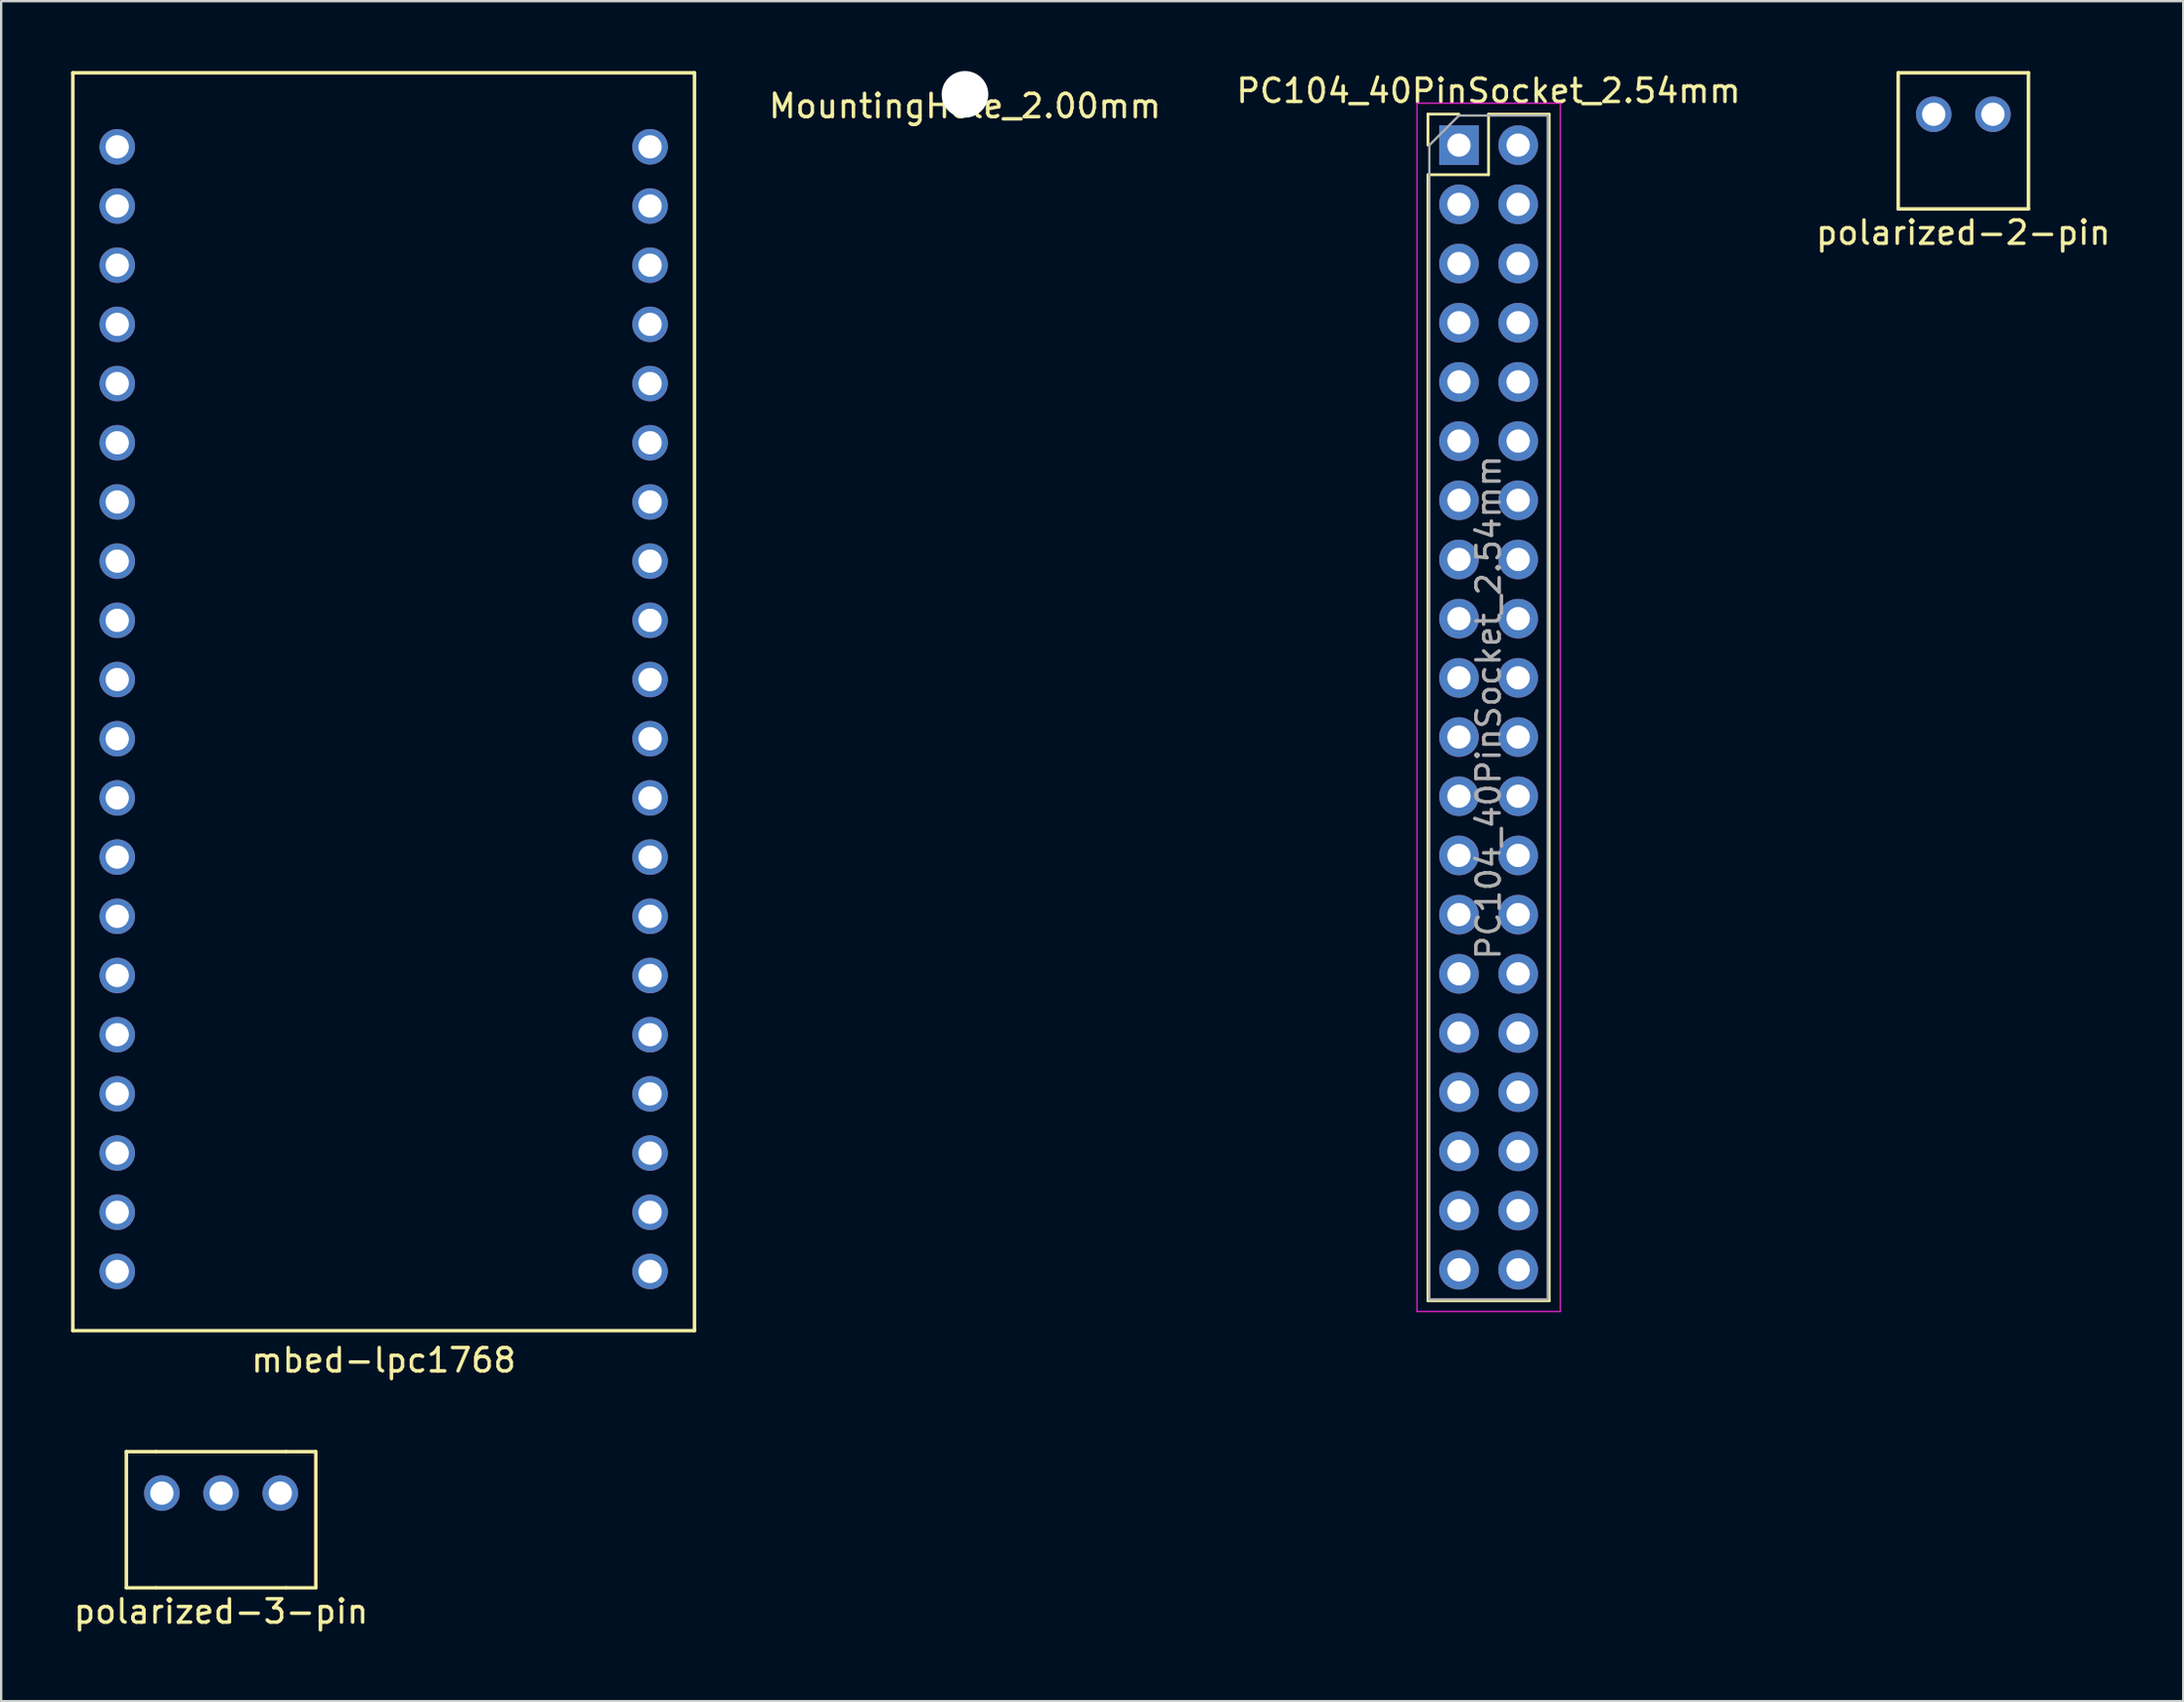
<source format=kicad_pcb>
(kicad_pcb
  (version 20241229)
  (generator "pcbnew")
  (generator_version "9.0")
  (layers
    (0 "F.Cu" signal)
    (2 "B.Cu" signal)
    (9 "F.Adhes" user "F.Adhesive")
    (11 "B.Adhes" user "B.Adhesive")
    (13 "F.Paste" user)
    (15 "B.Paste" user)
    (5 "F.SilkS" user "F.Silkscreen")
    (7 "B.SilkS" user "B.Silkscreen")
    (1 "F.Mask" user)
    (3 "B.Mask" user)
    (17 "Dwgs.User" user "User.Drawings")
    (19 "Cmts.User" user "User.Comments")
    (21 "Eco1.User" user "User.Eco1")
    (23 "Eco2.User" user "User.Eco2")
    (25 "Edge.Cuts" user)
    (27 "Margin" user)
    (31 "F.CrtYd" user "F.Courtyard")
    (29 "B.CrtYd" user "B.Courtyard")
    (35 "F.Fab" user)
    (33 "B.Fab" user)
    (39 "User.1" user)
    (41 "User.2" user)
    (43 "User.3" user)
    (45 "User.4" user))
  (footprint "polarized-2-pin"
    (layer "F.Cu")
    (at 81.183 1.853)
    (property "Reference" "polarized-2-pin" (at 0 5.08 0) (layer "F.SilkS") (effects (font (size 1 1) (thickness 0.15))))
    (attr through_hole)
    (fp_line (start -2.794 -1.778) (end 2.794 -1.778) (stroke (width 0.15) (type solid)) (layer "F.SilkS"))
    (fp_line (start -2.794 4.064) (end -2.794 -1.778) (stroke (width 0.15) (type solid)) (layer "F.SilkS"))
    (fp_line (start 2.794 -1.778) (end 2.794 4.064) (stroke (width 0.15) (type solid)) (layer "F.SilkS"))
    (fp_line (start 2.794 4.064) (end -2.794 4.064) (stroke (width 0.15) (type solid)) (layer "F.SilkS"))
    (pad "1" thru_hole circle (at -1.27 0) (size 1.524 1.524) (drill 1) (layers "*.Cu" "*.Mask"))
    (pad "2" thru_hole circle (at 1.27 0) (size 1.524 1.524) (drill 1) (layers "*.Cu" "*.Mask")))
  (footprint "PC104_40PinSocket_2.54mm"
    (layer "F.Cu")
    (at 59.544 3.178)
    (property "Reference" "PC104_40PinSocket_2.54mm" (at 1.27 -2.33 0) (layer "F.SilkS") (effects (font (size 1 1) (thickness 0.15))))
    (attr through_hole)
    (fp_line (start -1.33 -1.33) (end 0 -1.33) (stroke (width 0.12) (type solid)) (layer "F.SilkS"))
    (fp_line (start -1.33 0) (end -1.33 -1.33) (stroke (width 0.12) (type solid)) (layer "F.SilkS"))
    (fp_line (start -1.33 1.27) (end -1.33 49.59) (stroke (width 0.12) (type solid)) (layer "F.SilkS"))
    (fp_line (start -1.33 1.27) (end 1.27 1.27) (stroke (width 0.12) (type solid)) (layer "F.SilkS"))
    (fp_line (start -1.33 49.59) (end 3.87 49.59) (stroke (width 0.12) (type solid)) (layer "F.SilkS"))
    (fp_line (start 1.27 -1.33) (end 3.87 -1.33) (stroke (width 0.12) (type solid)) (layer "F.SilkS"))
    (fp_line (start 1.27 1.27) (end 1.27 -1.33) (stroke (width 0.12) (type solid)) (layer "F.SilkS"))
    (fp_line (start 3.87 -1.33) (end 3.87 49.59) (stroke (width 0.12) (type solid)) (layer "F.SilkS"))
    (fp_line (start -1.8 -1.8) (end -1.8 50.05) (stroke (width 0.05) (type solid)) (layer "F.CrtYd"))
    (fp_line (start -1.8 50.05) (end 4.35 50.05) (stroke (width 0.05) (type solid)) (layer "F.CrtYd"))
    (fp_line (start 4.35 -1.8) (end -1.8 -1.8) (stroke (width 0.05) (type solid)) (layer "F.CrtYd"))
    (fp_line (start 4.35 50.05) (end 4.35 -1.8) (stroke (width 0.05) (type solid)) (layer "F.CrtYd"))
    (fp_line (start -1.27 0) (end 0 -1.27) (stroke (width 0.1) (type solid)) (layer "F.Fab"))
    (fp_line (start -1.27 49.53) (end -1.27 0) (stroke (width 0.1) (type solid)) (layer "F.Fab"))
    (fp_line (start 0 -1.27) (end 3.81 -1.27) (stroke (width 0.1) (type solid)) (layer "F.Fab"))
    (fp_line (start 3.81 -1.27) (end 3.81 49.53) (stroke (width 0.1) (type solid)) (layer "F.Fab"))
    (fp_line (start 3.81 49.53) (end -1.27 49.53) (stroke (width 0.1) (type solid)) (layer "F.Fab"))
    (fp_text user "${REFERENCE}" (at 1.27 24.13 90) (layer "F.Fab") (effects (font (size 1 1) (thickness 0.15))))
    (pad "1" thru_hole rect (at 0 0) (size 1.7 1.7) (drill 1) (layers "*.Cu" "*.Mask"))
    (pad "2" thru_hole oval (at 0 2.54) (size 1.7 1.7) (drill 1) (layers "*.Cu" "*.Mask"))
    (pad "3" thru_hole oval (at 0 5.08) (size 1.7 1.7) (drill 1) (layers "*.Cu" "*.Mask"))
    (pad "4" thru_hole oval (at 0 7.62) (size 1.7 1.7) (drill 1) (layers "*.Cu" "*.Mask"))
    (pad "5" thru_hole oval (at 0 10.16) (size 1.7 1.7) (drill 1) (layers "*.Cu" "*.Mask"))
    (pad "6" thru_hole oval (at 0 12.7) (size 1.7 1.7) (drill 1) (layers "*.Cu" "*.Mask"))
    (pad "7" thru_hole oval (at 0 15.24) (size 1.7 1.7) (drill 1) (layers "*.Cu" "*.Mask"))
    (pad "8" thru_hole oval (at 0 17.78) (size 1.7 1.7) (drill 1) (layers "*.Cu" "*.Mask"))
    (pad "9" thru_hole oval (at 0 20.32) (size 1.7 1.7) (drill 1) (layers "*.Cu" "*.Mask"))
    (pad "10" thru_hole oval (at 0 22.86) (size 1.7 1.7) (drill 1) (layers "*.Cu" "*.Mask"))
    (pad "11" thru_hole oval (at 0 25.4) (size 1.7 1.7) (drill 1) (layers "*.Cu" "*.Mask"))
    (pad "12" thru_hole oval (at 0 27.94) (size 1.7 1.7) (drill 1) (layers "*.Cu" "*.Mask"))
    (pad "13" thru_hole oval (at 0 30.48) (size 1.7 1.7) (drill 1) (layers "*.Cu" "*.Mask"))
    (pad "14" thru_hole oval (at 0 33.02) (size 1.7 1.7) (drill 1) (layers "*.Cu" "*.Mask"))
    (pad "15" thru_hole oval (at 0 35.56) (size 1.7 1.7) (drill 1) (layers "*.Cu" "*.Mask"))
    (pad "16" thru_hole oval (at 0 38.1) (size 1.7 1.7) (drill 1) (layers "*.Cu" "*.Mask"))
    (pad "17" thru_hole oval (at 0 40.64) (size 1.7 1.7) (drill 1) (layers "*.Cu" "*.Mask"))
    (pad "18" thru_hole oval (at 0 43.18) (size 1.7 1.7) (drill 1) (layers "*.Cu" "*.Mask"))
    (pad "19" thru_hole oval (at 0 45.72) (size 1.7 1.7) (drill 1) (layers "*.Cu" "*.Mask"))
    (pad "20" thru_hole oval (at 0 48.26) (size 1.7 1.7) (drill 1) (layers "*.Cu" "*.Mask"))
    (pad "21" thru_hole oval (at 2.54 48.26) (size 1.7 1.7) (drill 1) (layers "*.Cu" "*.Mask"))
    (pad "22" thru_hole oval (at 2.54 45.72) (size 1.7 1.7) (drill 1) (layers "*.Cu" "*.Mask"))
    (pad "23" thru_hole oval (at 2.54 43.18) (size 1.7 1.7) (drill 1) (layers "*.Cu" "*.Mask"))
    (pad "24" thru_hole oval (at 2.54 40.64) (size 1.7 1.7) (drill 1) (layers "*.Cu" "*.Mask"))
    (pad "25" thru_hole oval (at 2.54 38.1) (size 1.7 1.7) (drill 1) (layers "*.Cu" "*.Mask"))
    (pad "26" thru_hole oval (at 2.54 35.56) (size 1.7 1.7) (drill 1) (layers "*.Cu" "*.Mask"))
    (pad "27" thru_hole oval (at 2.54 33.02) (size 1.7 1.7) (drill 1) (layers "*.Cu" "*.Mask"))
    (pad "28" thru_hole oval (at 2.54 30.48) (size 1.7 1.7) (drill 1) (layers "*.Cu" "*.Mask"))
    (pad "29" thru_hole oval (at 2.54 27.94) (size 1.7 1.7) (drill 1) (layers "*.Cu" "*.Mask"))
    (pad "30" thru_hole oval (at 2.54 25.4) (size 1.7 1.7) (drill 1) (layers "*.Cu" "*.Mask"))
    (pad "31" thru_hole oval (at 2.54 22.86) (size 1.7 1.7) (drill 1) (layers "*.Cu" "*.Mask"))
    (pad "32" thru_hole oval (at 2.54 20.32) (size 1.7 1.7) (drill 1) (layers "*.Cu" "*.Mask"))
    (pad "33" thru_hole oval (at 2.54 17.78) (size 1.7 1.7) (drill 1) (layers "*.Cu" "*.Mask"))
    (pad "34" thru_hole oval (at 2.54 15.24) (size 1.7 1.7) (drill 1) (layers "*.Cu" "*.Mask"))
    (pad "35" thru_hole oval (at 2.54 12.7) (size 1.7 1.7) (drill 1) (layers "*.Cu" "*.Mask"))
    (pad "36" thru_hole oval (at 2.54 10.16) (size 1.7 1.7) (drill 1) (layers "*.Cu" "*.Mask"))
    (pad "37" thru_hole oval (at 2.54 7.62) (size 1.7 1.7) (drill 1) (layers "*.Cu" "*.Mask"))
    (pad "38" thru_hole oval (at 2.54 5.08) (size 1.7 1.7) (drill 1) (layers "*.Cu" "*.Mask"))
    (pad "39" thru_hole oval (at 2.54 2.54) (size 1.7 1.7) (drill 1) (layers "*.Cu" "*.Mask"))
    (pad "40" thru_hole oval (at 2.54 0) (size 1.7 1.7) (drill 1) (layers "*.Cu" "*.Mask")))
  (footprint "polarized-3-pin"
    (layer "F.Cu")
    (at 6.435 61.021)
    (property "Reference" "polarized-3-pin" (at 0 5.08 0) (layer "F.SilkS") (effects (font (size 1 1) (thickness 0.15))))
    (attr through_hole)
    (fp_line (start -4.064 4.064) (end -4.064 -1.778) (stroke (width 0.15) (type solid)) (layer "F.SilkS"))
    (fp_line (start -2.794 -1.778) (end -4.064 -1.778) (stroke (width 0.15) (type solid)) (layer "F.SilkS"))
    (fp_line (start -2.794 -1.778) (end 2.794 -1.778) (stroke (width 0.15) (type solid)) (layer "F.SilkS"))
    (fp_line (start -2.794 4.064) (end -4.064 4.064) (stroke (width 0.15) (type solid)) (layer "F.SilkS"))
    (fp_line (start 2.794 -1.778) (end 4.064 -1.778) (stroke (width 0.15) (type solid)) (layer "F.SilkS"))
    (fp_line (start 2.794 4.064) (end -2.794 4.064) (stroke (width 0.15) (type solid)) (layer "F.SilkS"))
    (fp_line (start 2.794 4.064) (end 4.064 4.064) (stroke (width 0.15) (type solid)) (layer "F.SilkS"))
    (fp_line (start 4.064 -1.778) (end 4.064 4.064) (stroke (width 0.15) (type solid)) (layer "F.SilkS"))
    (pad "1" thru_hole circle (at -2.54 0) (size 1.524 1.524) (drill 1) (layers "*.Cu" "*.Mask"))
    (pad "2" thru_hole circle (at 0 0) (size 1.524 1.524) (drill 1) (layers "*.Cu" "*.Mask"))
    (pad "3" thru_hole circle (at 2.54 0) (size 1.524 1.524) (drill 1) (layers "*.Cu" "*.Mask")))
  (footprint "mbed-lpc1768"
    (layer "F.Cu")
    (at 13.41 15.95)
    (property "Reference" "mbed-lpc1768" (at 0 39.37 0) (layer "F.SilkS") (effects (font (size 1 1) (thickness 0.15))))
    (attr through_hole)
    (fp_line (start -13.335 -15.875) (end -13.335 38.1) (stroke (width 0.15) (type solid)) (layer "F.SilkS"))
    (fp_line (start -13.335 38.1) (end 13.335 38.1) (stroke (width 0.15) (type solid)) (layer "F.SilkS"))
    (fp_line (start 13.335 -15.875) (end -13.335 -15.875) (stroke (width 0.15) (type solid)) (layer "F.SilkS"))
    (fp_line (start 13.335 38.1) (end 13.335 -15.875) (stroke (width 0.15) (type solid)) (layer "F.SilkS"))
    (pad "1" thru_hole circle (at -11.43 -12.7) (size 1.524 1.524) (drill 1) (layers "*.Cu" "*.Mask"))
    (pad "2" thru_hole circle (at -11.43 -10.16) (size 1.524 1.524) (drill 1) (layers "*.Cu" "*.Mask"))
    (pad "3" thru_hole circle (at -11.43 -7.62) (size 1.524 1.524) (drill 1) (layers "*.Cu" "*.Mask"))
    (pad "4" thru_hole circle (at -11.43 -5.08) (size 1.524 1.524) (drill 1) (layers "*.Cu" "*.Mask"))
    (pad "5" thru_hole circle (at -11.43 -2.54) (size 1.524 1.524) (drill 1) (layers "*.Cu" "*.Mask"))
    (pad "6" thru_hole circle (at -11.43 0) (size 1.524 1.524) (drill 1) (layers "*.Cu" "*.Mask"))
    (pad "7" thru_hole circle (at -11.43 2.54) (size 1.524 1.524) (drill 1) (layers "*.Cu" "*.Mask"))
    (pad "8" thru_hole circle (at -11.43 5.08) (size 1.524 1.524) (drill 1) (layers "*.Cu" "*.Mask"))
    (pad "9" thru_hole circle (at -11.43 7.62) (size 1.524 1.524) (drill 1) (layers "*.Cu" "*.Mask"))
    (pad "10" thru_hole circle (at -11.43 10.16) (size 1.524 1.524) (drill 1) (layers "*.Cu" "*.Mask"))
    (pad "11" thru_hole circle (at -11.43 12.7) (size 1.524 1.524) (drill 1) (layers "*.Cu" "*.Mask"))
    (pad "12" thru_hole circle (at -11.43 15.24) (size 1.524 1.524) (drill 1) (layers "*.Cu" "*.Mask"))
    (pad "13" thru_hole circle (at -11.43 17.78) (size 1.524 1.524) (drill 1) (layers "*.Cu" "*.Mask"))
    (pad "14" thru_hole circle (at -11.43 20.32) (size 1.524 1.524) (drill 1) (layers "*.Cu" "*.Mask"))
    (pad "15" thru_hole circle (at -11.43 22.86) (size 1.524 1.524) (drill 1) (layers "*.Cu" "*.Mask"))
    (pad "16" thru_hole circle (at -11.43 25.4) (size 1.524 1.524) (drill 1) (layers "*.Cu" "*.Mask"))
    (pad "17" thru_hole circle (at -11.43 27.94) (size 1.524 1.524) (drill 1) (layers "*.Cu" "*.Mask"))
    (pad "18" thru_hole circle (at -11.43 30.48) (size 1.524 1.524) (drill 1) (layers "*.Cu" "*.Mask"))
    (pad "19" thru_hole circle (at -11.43 33.02) (size 1.524 1.524) (drill 1) (layers "*.Cu" "*.Mask"))
    (pad "20" thru_hole circle (at -11.43 35.56) (size 1.524 1.524) (drill 1) (layers "*.Cu" "*.Mask"))
    (pad "21" thru_hole circle (at 11.43 35.56) (size 1.524 1.524) (drill 1) (layers "*.Cu" "*.Mask"))
    (pad "22" thru_hole circle (at 11.43 33.02) (size 1.524 1.524) (drill 1) (layers "*.Cu" "*.Mask"))
    (pad "23" thru_hole circle (at 11.43 30.48) (size 1.524 1.524) (drill 1) (layers "*.Cu" "*.Mask"))
    (pad "24" thru_hole circle (at 11.43 27.94) (size 1.524 1.524) (drill 1) (layers "*.Cu" "*.Mask"))
    (pad "25" thru_hole circle (at 11.43 25.4) (size 1.524 1.524) (drill 1) (layers "*.Cu" "*.Mask"))
    (pad "26" thru_hole circle (at 11.43 22.86) (size 1.524 1.524) (drill 1) (layers "*.Cu" "*.Mask"))
    (pad "27" thru_hole circle (at 11.43 20.32) (size 1.524 1.524) (drill 1) (layers "*.Cu" "*.Mask"))
    (pad "28" thru_hole circle (at 11.43 17.78) (size 1.524 1.524) (drill 1) (layers "*.Cu" "*.Mask"))
    (pad "29" thru_hole circle (at 11.43 15.24) (size 1.524 1.524) (drill 1) (layers "*.Cu" "*.Mask"))
    (pad "30" thru_hole circle (at 11.43 12.7) (size 1.524 1.524) (drill 1) (layers "*.Cu" "*.Mask"))
    (pad "31" thru_hole circle (at 11.43 10.16) (size 1.524 1.524) (drill 1) (layers "*.Cu" "*.Mask"))
    (pad "32" thru_hole circle (at 11.43 7.62) (size 1.524 1.524) (drill 1) (layers "*.Cu" "*.Mask"))
    (pad "33" thru_hole circle (at 11.43 5.08) (size 1.524 1.524) (drill 1) (layers "*.Cu" "*.Mask"))
    (pad "34" thru_hole circle (at 11.43 2.54) (size 1.524 1.524) (drill 1) (layers "*.Cu" "*.Mask"))
    (pad "35" thru_hole circle (at 11.43 0) (size 1.524 1.524) (drill 1) (layers "*.Cu" "*.Mask"))
    (pad "36" thru_hole circle (at 11.43 -2.54) (size 1.524 1.524) (drill 1) (layers "*.Cu" "*.Mask"))
    (pad "37" thru_hole circle (at 11.43 -5.08) (size 1.524 1.524) (drill 1) (layers "*.Cu" "*.Mask"))
    (pad "38" thru_hole circle (at 11.43 -7.62) (size 1.524 1.524) (drill 1) (layers "*.Cu" "*.Mask"))
    (pad "39" thru_hole circle (at 11.43 -10.16) (size 1.524 1.524) (drill 1) (layers "*.Cu" "*.Mask"))
    (pad "40" thru_hole circle (at 11.43 -12.7) (size 1.524 1.524) (drill 1) (layers "*.Cu" "*.Mask")))
  (footprint "MountingHole_2.00mm"
    (layer "F.Cu")
    (at 38.35 1)
    (property "Reference" "MountingHole_2.00mm" (at 0 0.5 0) (layer "F.SilkS") (effects (font (size 1 1) (thickness 0.15))))
    (attr through_hole)
    (pad "" np_thru_hole circle (at 0 0) (size 2 2) (drill 2) (layers "*.Cu" "*.Mask")))
  (gr_rect
    (start -3 -3)
    (end 90.618 69.95)
    (stroke (width 0.1) (type default))
    (fill no)
    (layer "Edge.Cuts")))
</source>
